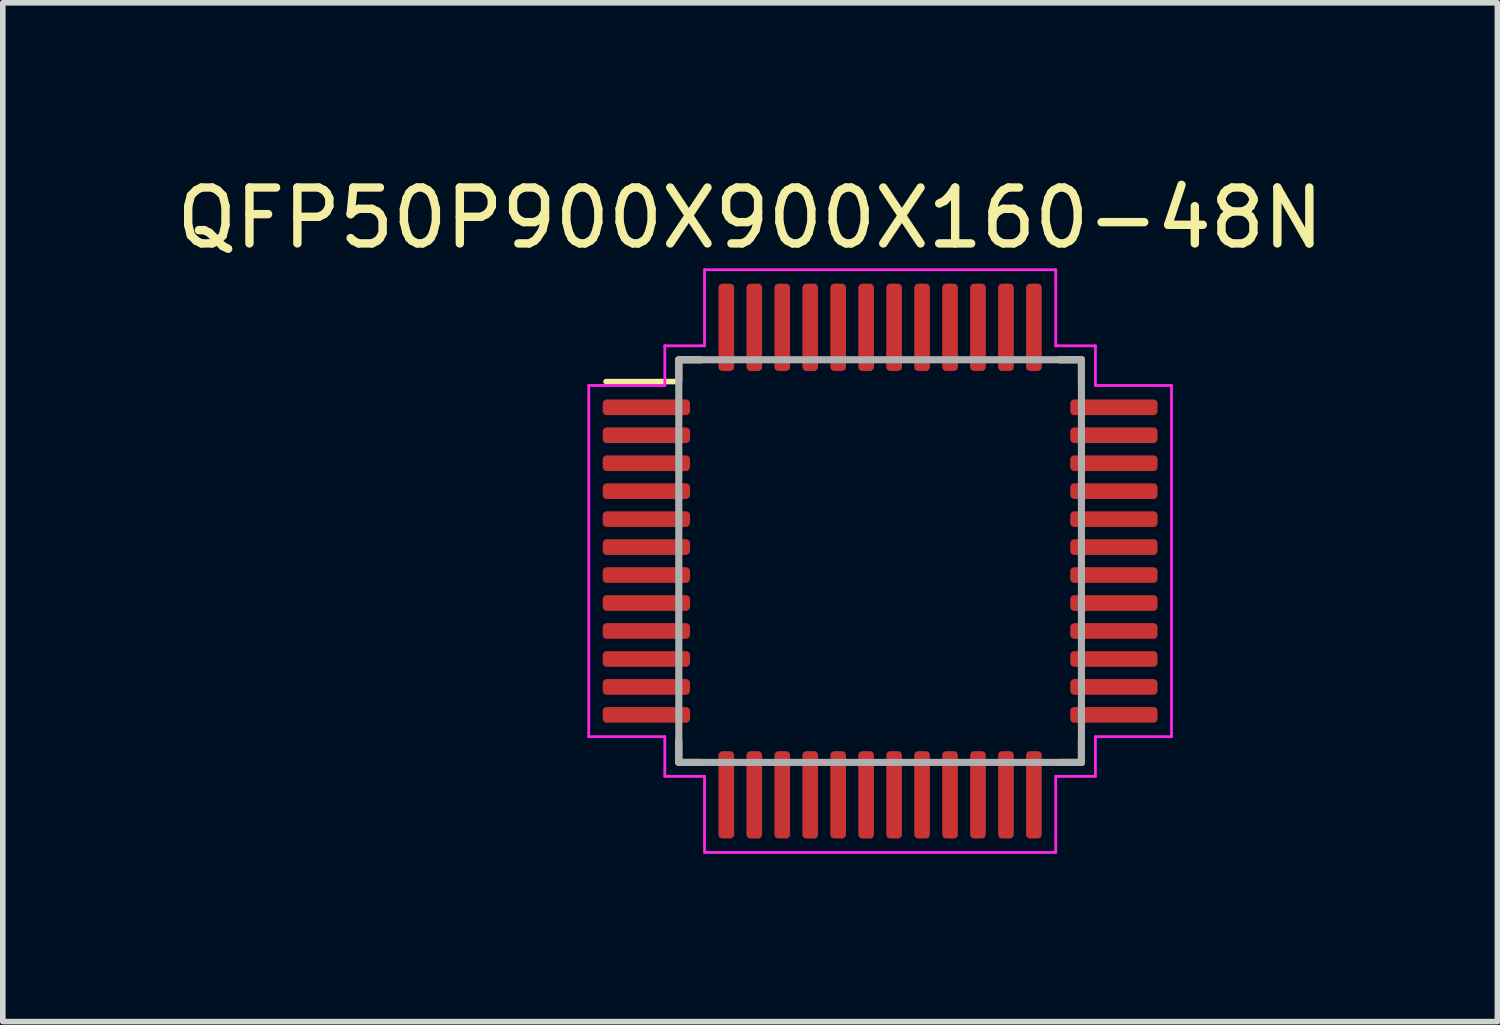
<source format=kicad_pcb>
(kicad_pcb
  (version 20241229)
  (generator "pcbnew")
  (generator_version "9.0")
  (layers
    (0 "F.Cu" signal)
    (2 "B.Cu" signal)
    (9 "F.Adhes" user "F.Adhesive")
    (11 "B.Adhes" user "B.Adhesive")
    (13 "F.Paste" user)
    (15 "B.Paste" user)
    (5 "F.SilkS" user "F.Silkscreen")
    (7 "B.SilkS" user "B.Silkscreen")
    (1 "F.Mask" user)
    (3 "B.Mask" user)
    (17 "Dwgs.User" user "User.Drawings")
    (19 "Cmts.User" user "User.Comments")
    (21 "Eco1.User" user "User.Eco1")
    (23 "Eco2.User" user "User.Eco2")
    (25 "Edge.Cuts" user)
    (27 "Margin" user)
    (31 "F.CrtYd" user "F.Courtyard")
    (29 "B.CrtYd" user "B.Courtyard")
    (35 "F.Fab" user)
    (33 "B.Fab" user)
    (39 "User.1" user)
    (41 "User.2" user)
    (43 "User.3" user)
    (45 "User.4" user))
  (footprint "QFP50P900X900X160-48N"
    (layer "F.Cu")
    (at 12.688 6.983)
    (property "Reference" "QFP50P900X900X160-48N" (at -2.325 -6.135 0) (layer "F.SilkS") (effects (font (size 1 1) (thickness 0.15))))
    (attr smd)
    (fp_line (start -3.6 -3.6) (end -3.6 -3.21) (stroke (width 0.127) (type solid)) (layer "F.SilkS"))
    (fp_line (start -3.6 -3.21) (end -4.9 -3.21) (stroke (width 0.1) (type default)) (layer "F.SilkS"))
    (fp_line (start -3.6 3.21) (end -3.6 3.6) (stroke (width 0.127) (type solid)) (layer "F.SilkS"))
    (fp_line (start -3.6 3.6) (end -3.21 3.6) (stroke (width 0.127) (type solid)) (layer "F.SilkS"))
    (fp_line (start -3.21 -3.6) (end -3.6 -3.6) (stroke (width 0.127) (type solid)) (layer "F.SilkS"))
    (fp_line (start 3.21 3.6) (end 3.6 3.6) (stroke (width 0.127) (type solid)) (layer "F.SilkS"))
    (fp_line (start 3.6 -3.6) (end 3.21 -3.6) (stroke (width 0.127) (type solid)) (layer "F.SilkS"))
    (fp_line (start 3.6 -3.21) (end 3.6 -3.6) (stroke (width 0.127) (type solid)) (layer "F.SilkS"))
    (fp_line (start 3.6 3.6) (end 3.6 3.21) (stroke (width 0.127) (type solid)) (layer "F.SilkS"))
    (fp_line (start -5.21 -3.14) (end -3.85 -3.14) (stroke (width 0.05) (type solid)) (layer "F.CrtYd"))
    (fp_line (start -5.21 3.14) (end -5.21 -3.14) (stroke (width 0.05) (type solid)) (layer "F.CrtYd"))
    (fp_line (start -3.85 -3.85) (end -3.14 -3.85) (stroke (width 0.05) (type solid)) (layer "F.CrtYd"))
    (fp_line (start -3.85 -3.14) (end -3.85 -3.85) (stroke (width 0.05) (type solid)) (layer "F.CrtYd"))
    (fp_line (start -3.85 3.14) (end -5.21 3.14) (stroke (width 0.05) (type solid)) (layer "F.CrtYd"))
    (fp_line (start -3.85 3.85) (end -3.85 3.14) (stroke (width 0.05) (type solid)) (layer "F.CrtYd"))
    (fp_line (start -3.14 -5.21) (end 3.14 -5.21) (stroke (width 0.05) (type solid)) (layer "F.CrtYd"))
    (fp_line (start -3.14 -3.85) (end -3.14 -5.21) (stroke (width 0.05) (type solid)) (layer "F.CrtYd"))
    (fp_line (start -3.14 3.85) (end -3.85 3.85) (stroke (width 0.05) (type solid)) (layer "F.CrtYd"))
    (fp_line (start -3.14 5.21) (end -3.14 3.85) (stroke (width 0.05) (type solid)) (layer "F.CrtYd"))
    (fp_line (start 3.14 -5.21) (end 3.14 -3.85) (stroke (width 0.05) (type solid)) (layer "F.CrtYd"))
    (fp_line (start 3.14 -3.85) (end 3.85 -3.85) (stroke (width 0.05) (type solid)) (layer "F.CrtYd"))
    (fp_line (start 3.14 3.85) (end 3.14 5.21) (stroke (width 0.05) (type solid)) (layer "F.CrtYd"))
    (fp_line (start 3.14 5.21) (end -3.14 5.21) (stroke (width 0.05) (type solid)) (layer "F.CrtYd"))
    (fp_line (start 3.85 -3.85) (end 3.85 -3.14) (stroke (width 0.05) (type solid)) (layer "F.CrtYd"))
    (fp_line (start 3.85 -3.14) (end 5.21 -3.14) (stroke (width 0.05) (type solid)) (layer "F.CrtYd"))
    (fp_line (start 3.85 3.14) (end 3.85 3.85) (stroke (width 0.05) (type solid)) (layer "F.CrtYd"))
    (fp_line (start 3.85 3.85) (end 3.14 3.85) (stroke (width 0.05) (type solid)) (layer "F.CrtYd"))
    (fp_line (start 5.21 -3.14) (end 5.21 3.14) (stroke (width 0.05) (type solid)) (layer "F.CrtYd"))
    (fp_line (start 5.21 3.14) (end 3.85 3.14) (stroke (width 0.05) (type solid)) (layer "F.CrtYd"))
    (fp_line (start -3.6 -3.6) (end 3.6 -3.6) (stroke (width 0.127) (type solid)) (layer "F.Fab"))
    (fp_line (start -3.6 3.6) (end -3.6 -3.6) (stroke (width 0.127) (type solid)) (layer "F.Fab"))
    (fp_line (start 3.6 -3.6) (end 3.6 3.6) (stroke (width 0.127) (type solid)) (layer "F.Fab"))
    (fp_line (start 3.6 3.6) (end -3.6 3.6) (stroke (width 0.127) (type solid)) (layer "F.Fab"))
    (pad "1" smd roundrect (at -4.18 -2.75) (size 1.56 0.28) (layers "F.Cu" "F.Mask" "F.Paste") (roundrect_rratio 0.25))
    (pad "2" smd roundrect (at -4.18 -2.25) (size 1.56 0.28) (layers "F.Cu" "F.Mask" "F.Paste") (roundrect_rratio 0.25))
    (pad "3" smd roundrect (at -4.18 -1.75) (size 1.56 0.28) (layers "F.Cu" "F.Mask" "F.Paste") (roundrect_rratio 0.25))
    (pad "4" smd roundrect (at -4.18 -1.25) (size 1.56 0.28) (layers "F.Cu" "F.Mask" "F.Paste") (roundrect_rratio 0.25))
    (pad "5" smd roundrect (at -4.18 -0.75) (size 1.56 0.28) (layers "F.Cu" "F.Mask" "F.Paste") (roundrect_rratio 0.25))
    (pad "6" smd roundrect (at -4.18 -0.25) (size 1.56 0.28) (layers "F.Cu" "F.Mask" "F.Paste") (roundrect_rratio 0.25))
    (pad "7" smd roundrect (at -4.18 0.25) (size 1.56 0.28) (layers "F.Cu" "F.Mask" "F.Paste") (roundrect_rratio 0.25))
    (pad "8" smd roundrect (at -4.18 0.75) (size 1.56 0.28) (layers "F.Cu" "F.Mask" "F.Paste") (roundrect_rratio 0.25))
    (pad "9" smd roundrect (at -4.18 1.25) (size 1.56 0.28) (layers "F.Cu" "F.Mask" "F.Paste") (roundrect_rratio 0.25))
    (pad "10" smd roundrect (at -4.18 1.75) (size 1.56 0.28) (layers "F.Cu" "F.Mask" "F.Paste") (roundrect_rratio 0.25))
    (pad "11" smd roundrect (at -4.18 2.25) (size 1.56 0.28) (layers "F.Cu" "F.Mask" "F.Paste") (roundrect_rratio 0.25))
    (pad "12" smd roundrect (at -4.18 2.75) (size 1.56 0.28) (layers "F.Cu" "F.Mask" "F.Paste") (roundrect_rratio 0.25))
    (pad "13" smd roundrect (at -2.75 4.18) (size 0.28 1.56) (layers "F.Cu" "F.Mask" "F.Paste") (roundrect_rratio 0.25))
    (pad "14" smd roundrect (at -2.25 4.18) (size 0.28 1.56) (layers "F.Cu" "F.Mask" "F.Paste") (roundrect_rratio 0.25))
    (pad "15" smd roundrect (at -1.75 4.18) (size 0.28 1.56) (layers "F.Cu" "F.Mask" "F.Paste") (roundrect_rratio 0.25))
    (pad "16" smd roundrect (at -1.25 4.18) (size 0.28 1.56) (layers "F.Cu" "F.Mask" "F.Paste") (roundrect_rratio 0.25))
    (pad "17" smd roundrect (at -0.75 4.18) (size 0.28 1.56) (layers "F.Cu" "F.Mask" "F.Paste") (roundrect_rratio 0.25))
    (pad "18" smd roundrect (at -0.25 4.18) (size 0.28 1.56) (layers "F.Cu" "F.Mask" "F.Paste") (roundrect_rratio 0.25))
    (pad "19" smd roundrect (at 0.25 4.18) (size 0.28 1.56) (layers "F.Cu" "F.Mask" "F.Paste") (roundrect_rratio 0.25))
    (pad "20" smd roundrect (at 0.75 4.18) (size 0.28 1.56) (layers "F.Cu" "F.Mask" "F.Paste") (roundrect_rratio 0.25))
    (pad "21" smd roundrect (at 1.25 4.18) (size 0.28 1.56) (layers "F.Cu" "F.Mask" "F.Paste") (roundrect_rratio 0.25))
    (pad "22" smd roundrect (at 1.75 4.18) (size 0.28 1.56) (layers "F.Cu" "F.Mask" "F.Paste") (roundrect_rratio 0.25))
    (pad "23" smd roundrect (at 2.25 4.18) (size 0.28 1.56) (layers "F.Cu" "F.Mask" "F.Paste") (roundrect_rratio 0.25))
    (pad "24" smd roundrect (at 2.75 4.18) (size 0.28 1.56) (layers "F.Cu" "F.Mask" "F.Paste") (roundrect_rratio 0.25))
    (pad "25" smd roundrect (at 4.18 2.75) (size 1.56 0.28) (layers "F.Cu" "F.Mask" "F.Paste") (roundrect_rratio 0.25))
    (pad "26" smd roundrect (at 4.18 2.25) (size 1.56 0.28) (layers "F.Cu" "F.Mask" "F.Paste") (roundrect_rratio 0.25))
    (pad "27" smd roundrect (at 4.18 1.75) (size 1.56 0.28) (layers "F.Cu" "F.Mask" "F.Paste") (roundrect_rratio 0.25))
    (pad "28" smd roundrect (at 4.18 1.25) (size 1.56 0.28) (layers "F.Cu" "F.Mask" "F.Paste") (roundrect_rratio 0.25))
    (pad "29" smd roundrect (at 4.18 0.75) (size 1.56 0.28) (layers "F.Cu" "F.Mask" "F.Paste") (roundrect_rratio 0.25))
    (pad "30" smd roundrect (at 4.18 0.25) (size 1.56 0.28) (layers "F.Cu" "F.Mask" "F.Paste") (roundrect_rratio 0.25))
    (pad "31" smd roundrect (at 4.18 -0.25) (size 1.56 0.28) (layers "F.Cu" "F.Mask" "F.Paste") (roundrect_rratio 0.25))
    (pad "32" smd roundrect (at 4.18 -0.75) (size 1.56 0.28) (layers "F.Cu" "F.Mask" "F.Paste") (roundrect_rratio 0.25))
    (pad "33" smd roundrect (at 4.18 -1.25) (size 1.56 0.28) (layers "F.Cu" "F.Mask" "F.Paste") (roundrect_rratio 0.25))
    (pad "34" smd roundrect (at 4.18 -1.75) (size 1.56 0.28) (layers "F.Cu" "F.Mask" "F.Paste") (roundrect_rratio 0.25))
    (pad "35" smd roundrect (at 4.18 -2.25) (size 1.56 0.28) (layers "F.Cu" "F.Mask" "F.Paste") (roundrect_rratio 0.25))
    (pad "36" smd roundrect (at 4.18 -2.75) (size 1.56 0.28) (layers "F.Cu" "F.Mask" "F.Paste") (roundrect_rratio 0.25))
    (pad "37" smd roundrect (at 2.75 -4.18) (size 0.28 1.56) (layers "F.Cu" "F.Mask" "F.Paste") (roundrect_rratio 0.25))
    (pad "38" smd roundrect (at 2.25 -4.18) (size 0.28 1.56) (layers "F.Cu" "F.Mask" "F.Paste") (roundrect_rratio 0.25))
    (pad "39" smd roundrect (at 1.75 -4.18) (size 0.28 1.56) (layers "F.Cu" "F.Mask" "F.Paste") (roundrect_rratio 0.25))
    (pad "40" smd roundrect (at 1.25 -4.18) (size 0.28 1.56) (layers "F.Cu" "F.Mask" "F.Paste") (roundrect_rratio 0.25))
    (pad "41" smd roundrect (at 0.75 -4.18) (size 0.28 1.56) (layers "F.Cu" "F.Mask" "F.Paste") (roundrect_rratio 0.25))
    (pad "42" smd roundrect (at 0.25 -4.18) (size 0.28 1.56) (layers "F.Cu" "F.Mask" "F.Paste") (roundrect_rratio 0.25))
    (pad "43" smd roundrect (at -0.25 -4.18) (size 0.28 1.56) (layers "F.Cu" "F.Mask" "F.Paste") (roundrect_rratio 0.25))
    (pad "44" smd roundrect (at -0.75 -4.18) (size 0.28 1.56) (layers "F.Cu" "F.Mask" "F.Paste") (roundrect_rratio 0.25))
    (pad "45" smd roundrect (at -1.25 -4.18) (size 0.28 1.56) (layers "F.Cu" "F.Mask" "F.Paste") (roundrect_rratio 0.25))
    (pad "46" smd roundrect (at -1.75 -4.18) (size 0.28 1.56) (layers "F.Cu" "F.Mask" "F.Paste") (roundrect_rratio 0.25))
    (pad "47" smd roundrect (at -2.25 -4.18) (size 0.28 1.56) (layers "F.Cu" "F.Mask" "F.Paste") (roundrect_rratio 0.25))
    (pad "48" smd roundrect (at -2.75 -4.18) (size 0.28 1.56) (layers "F.Cu" "F.Mask" "F.Paste") (roundrect_rratio 0.25)))
  (gr_rect
    (start -3 -3)
    (end 23.726 15.218)
    (stroke (width 0.1) (type default))
    (fill no)
    (layer "Edge.Cuts")))
</source>
